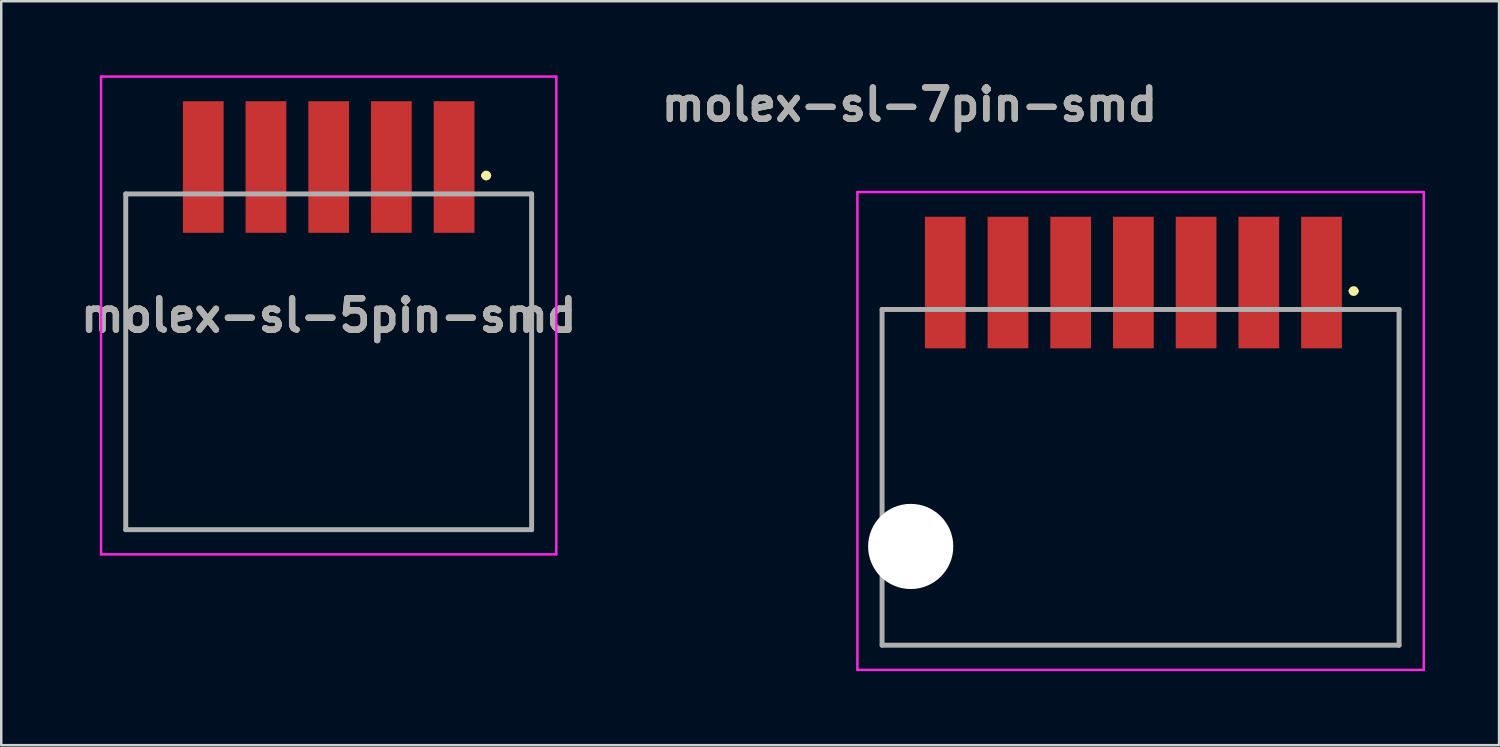
<source format=kicad_pcb>
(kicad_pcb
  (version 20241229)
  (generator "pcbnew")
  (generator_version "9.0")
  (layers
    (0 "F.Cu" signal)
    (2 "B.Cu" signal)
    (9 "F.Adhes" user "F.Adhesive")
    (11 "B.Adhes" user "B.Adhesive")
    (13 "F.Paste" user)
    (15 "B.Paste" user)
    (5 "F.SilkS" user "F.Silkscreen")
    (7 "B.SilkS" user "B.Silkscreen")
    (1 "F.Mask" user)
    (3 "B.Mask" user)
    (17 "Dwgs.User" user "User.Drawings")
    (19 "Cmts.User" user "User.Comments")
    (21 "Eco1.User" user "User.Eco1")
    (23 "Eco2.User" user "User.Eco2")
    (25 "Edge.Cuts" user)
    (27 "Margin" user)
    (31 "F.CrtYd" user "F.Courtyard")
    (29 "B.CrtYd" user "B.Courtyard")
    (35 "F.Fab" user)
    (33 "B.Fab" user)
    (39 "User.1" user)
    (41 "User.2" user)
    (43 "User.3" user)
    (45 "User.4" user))
  (footprint "molex-sl-7pin-smd"
    (layer "F.Cu")
    (at 45.398 15.739)
    (property "Reference" "molex-sl-7pin-smd" (at -11.61 -14.55 0) (layer "F.SilkS") (effects (font (size 1.27 1.27) (thickness 0.254))))
    (attr through_hole)
    (fp_line (start -12.72 -6.255) (end -12.72 1.845) (stroke (width 0.1) (type solid)) (layer "F.SilkS"))
    (fp_line (start -12.72 -6.255) (end -11.47 -6.255) (stroke (width 0.1) (type solid)) (layer "F.SilkS"))
    (fp_line (start 6.28 -7) (end 6.28 -7) (stroke (width 0.2) (type solid)) (layer "F.SilkS"))
    (fp_line (start 6.48 -7) (end 6.48 -7) (stroke (width 0.2) (type solid)) (layer "F.SilkS"))
    (fp_line (start 6.52 -6.255) (end 8.22 -6.255) (stroke (width 0.1) (type solid)) (layer "F.SilkS"))
    (fp_line (start 8.22 -6.255) (end 8.22 1.345) (stroke (width 0.1) (type solid)) (layer "F.SilkS"))
    (fp_arc (start 6.28 -7) (mid 6.38 -7.1) (end 6.48 -7) (stroke (width 0.2) (type solid)) (layer "F.SilkS"))
    (fp_arc (start 6.48 -7) (mid 6.38 -6.9) (end 6.28 -7) (stroke (width 0.2) (type solid)) (layer "F.SilkS"))
    (fp_line (start -13.29 -10.51) (end 8.2 -10.51) (stroke (width 0.001) (type solid)) (layer "Dwgs.User"))
    (fp_line (start -13.29 7.645) (end -13.29 -10.51) (stroke (width 0.001) (type solid)) (layer "Dwgs.User"))
    (fp_line (start -13.29 7.645) (end 8.2 7.645) (stroke (width 0.001) (type solid)) (layer "Dwgs.User"))
    (fp_line (start -12.71 -9.555) (end 7.62 -9.555) (stroke (width 0.001) (type solid)) (layer "Dwgs.User"))
    (fp_line (start -12.71 -9.555) (end 7.62 -9.555) (stroke (width 0.001) (type solid)) (layer "Dwgs.User"))
    (fp_line (start -12.71 -5.955) (end -12.71 -9.555) (stroke (width 0.001) (type solid)) (layer "Dwgs.User"))
    (fp_line (start -12.71 -5.955) (end -12.71 7.645) (stroke (width 0.001) (type solid)) (layer "Dwgs.User"))
    (fp_line (start -12.71 -5.955) (end 7.62 -5.955) (stroke (width 0.001) (type solid)) (layer "Dwgs.User"))
    (fp_line (start -10.99 -10.01) (end -10.99 -4.68) (stroke (width 0.001) (type solid)) (layer "Dwgs.User"))
    (fp_line (start -10.165 -4.68) (end -10.165 3.345) (stroke (width 0.001) (type solid)) (layer "Dwgs.User"))
    (fp_line (start -10.165 -0.667) (end -12.71 -0.667) (stroke (width 0.001) (type solid)) (layer "Dwgs.User"))
    (fp_line (start -10.165 3.345) (end -11.565 3.345) (stroke (width 0.001) (type solid)) (layer "Dwgs.User"))
    (fp_line (start -9.34 -10.01) (end -10.99 -10.01) (stroke (width 0.001) (type solid)) (layer "Dwgs.User"))
    (fp_line (start -9.34 -10.01) (end -9.34 -4.68) (stroke (width 0.001) (type solid)) (layer "Dwgs.User"))
    (fp_line (start -9.34 -4.68) (end -10.99 -4.68) (stroke (width 0.001) (type solid)) (layer "Dwgs.User"))
    (fp_line (start -8.45 -10.01) (end -8.45 -4.68) (stroke (width 0.001) (type solid)) (layer "Dwgs.User"))
    (fp_line (start -6.8 -10.01) (end -8.45 -10.01) (stroke (width 0.001) (type solid)) (layer "Dwgs.User"))
    (fp_line (start -6.8 -10.01) (end -6.8 -4.68) (stroke (width 0.001) (type solid)) (layer "Dwgs.User"))
    (fp_line (start -6.8 -4.68) (end -8.45 -4.68) (stroke (width 0.001) (type solid)) (layer "Dwgs.User"))
    (fp_line (start -5.91 -10.01) (end -5.91 -4.68) (stroke (width 0.001) (type solid)) (layer "Dwgs.User"))
    (fp_line (start -4.26 -10.01) (end -5.91 -10.01) (stroke (width 0.001) (type solid)) (layer "Dwgs.User"))
    (fp_line (start -4.26 -10.01) (end -4.26 -4.68) (stroke (width 0.001) (type solid)) (layer "Dwgs.User"))
    (fp_line (start -4.26 -4.68) (end -5.91 -4.68) (stroke (width 0.001) (type solid)) (layer "Dwgs.User"))
    (fp_line (start -3.37 -10.01) (end -3.37 -4.68) (stroke (width 0.001) (type solid)) (layer "Dwgs.User"))
    (fp_line (start -1.72 -10.01) (end -3.37 -10.01) (stroke (width 0.001) (type solid)) (layer "Dwgs.User"))
    (fp_line (start -1.72 -10.01) (end -1.72 -4.68) (stroke (width 0.001) (type solid)) (layer "Dwgs.User"))
    (fp_line (start -1.72 -4.68) (end -3.37 -4.68) (stroke (width 0.001) (type solid)) (layer "Dwgs.User"))
    (fp_line (start -0.83 -10.01) (end -0.83 -4.68) (stroke (width 0.001) (type solid)) (layer "Dwgs.User"))
    (fp_line (start 0.82 -10.01) (end -0.83 -10.01) (stroke (width 0.001) (type solid)) (layer "Dwgs.User"))
    (fp_line (start 0.82 -10.01) (end 0.82 -4.68) (stroke (width 0.001) (type solid)) (layer "Dwgs.User"))
    (fp_line (start 0.82 -4.68) (end -0.83 -4.68) (stroke (width 0.001) (type solid)) (layer "Dwgs.User"))
    (fp_line (start 1.71 -10.01) (end 1.71 -4.68) (stroke (width 0.001) (type solid)) (layer "Dwgs.User"))
    (fp_line (start 3.36 -10.01) (end 1.71 -10.01) (stroke (width 0.001) (type solid)) (layer "Dwgs.User"))
    (fp_line (start 3.36 -10.01) (end 3.36 -4.68) (stroke (width 0.001) (type solid)) (layer "Dwgs.User"))
    (fp_line (start 3.36 -4.68) (end 1.71 -4.68) (stroke (width 0.001) (type solid)) (layer "Dwgs.User"))
    (fp_line (start 4.25 -10.01) (end 4.25 -4.68) (stroke (width 0.001) (type solid)) (layer "Dwgs.User"))
    (fp_line (start 5.075 -4.68) (end 5.075 3.345) (stroke (width 0.001) (type solid)) (layer "Dwgs.User"))
    (fp_line (start 5.075 -0.667) (end 7.62 -0.667) (stroke (width 0.001) (type solid)) (layer "Dwgs.User"))
    (fp_line (start 5.075 3.345) (end 6.475 3.345) (stroke (width 0.001) (type solid)) (layer "Dwgs.User"))
    (fp_line (start 5.9 -10.01) (end 4.25 -10.01) (stroke (width 0.001) (type solid)) (layer "Dwgs.User"))
    (fp_line (start 5.9 -10.01) (end 5.9 -4.68) (stroke (width 0.001) (type solid)) (layer "Dwgs.User"))
    (fp_line (start 5.9 -7.345) (end 4.25 -7.345) (stroke (width 0.001) (type solid)) (layer "Dwgs.User"))
    (fp_line (start 5.9 -4.68) (end 4.25 -4.68) (stroke (width 0.001) (type solid)) (layer "Dwgs.User"))
    (fp_line (start 7.62 -5.955) (end -12.71 -5.955) (stroke (width 0.001) (type solid)) (layer "Dwgs.User"))
    (fp_line (start 7.62 -5.955) (end 7.62 -9.555) (stroke (width 0.001) (type solid)) (layer "Dwgs.User"))
    (fp_line (start 7.62 -5.955) (end 7.62 7.645) (stroke (width 0.001) (type solid)) (layer "Dwgs.User"))
    (fp_line (start 7.62 7.645) (end -12.71 7.645) (stroke (width 0.001) (type solid)) (layer "Dwgs.User"))
    (fp_line (start 8.2 7.645) (end 8.2 -10.51) (stroke (width 0.001) (type solid)) (layer "Dwgs.User"))
    (fp_circle (center -11.565 3.345) (end -9.84 3.345) (stroke (width 0.001) (type solid)) (fill no) (layer "Dwgs.User"))
    (fp_circle (center 6.475 3.345) (end 8.2 3.345) (stroke (width 0.001) (type solid)) (fill no) (layer "Dwgs.User"))
    (fp_line (start -13.72 -11.01) (end 9.22 -11.01) (stroke (width 0.1) (type solid)) (layer "F.CrtYd"))
    (fp_line (start -13.72 8.345) (end -13.72 -11.01) (stroke (width 0.1) (type solid)) (layer "F.CrtYd"))
    (fp_line (start 9.22 -11.01) (end 9.22 8.345) (stroke (width 0.1) (type solid)) (layer "F.CrtYd"))
    (fp_line (start 9.22 8.345) (end -13.72 8.345) (stroke (width 0.1) (type solid)) (layer "F.CrtYd"))
    (fp_line (start -12.72 -6.255) (end 8.22 -6.255) (stroke (width 0.2) (type solid)) (layer "F.Fab"))
    (fp_line (start -12.72 7.345) (end -12.72 -6.255) (stroke (width 0.2) (type solid)) (layer "F.Fab"))
    (fp_line (start 8.22 -6.255) (end 8.22 7.345) (stroke (width 0.2) (type solid)) (layer "F.Fab"))
    (fp_line (start 8.22 7.345) (end -12.72 7.345) (stroke (width 0.2) (type solid)) (layer "F.Fab"))
    (fp_text user "${REFERENCE}" (at -11.61 -14.55 0) (layer "F.Fab") (effects (font (size 1.27 1.27) (thickness 0.254))))
    (pad "" np_thru_hole circle (at -11.56 3.345) (size 3.45 3.45) (drill 3.45) (layers "*.Cu" "*.Mask"))
    (pad "" np_thru_hole circle (at 6.48 3.345) (size 0.001 0.001) (drill 3.45) (layers "*.Cu" "*.Mask"))
    (pad "1" smd rect (at 5.08 -7.345) (size 1.65 5.33) (layers "F.Cu" "F.Mask" "F.Paste"))
    (pad "2" smd rect (at 2.54 -7.345) (size 1.65 5.33) (layers "F.Cu" "F.Mask" "F.Paste"))
    (pad "3" smd rect (at 0 -7.345) (size 1.65 5.33) (layers "F.Cu" "F.Mask" "F.Paste"))
    (pad "4" smd rect (at -2.54 -7.345) (size 1.65 5.33) (layers "F.Cu" "F.Mask" "F.Paste"))
    (pad "5" smd rect (at -5.08 -7.345) (size 1.65 5.33) (layers "F.Cu" "F.Mask" "F.Paste"))
    (pad "6" smd rect (at -7.62 -7.345) (size 1.65 5.33) (layers "F.Cu" "F.Mask" "F.Paste"))
    (pad "7" smd rect (at -10.16 -7.345) (size 1.65 5.33) (layers "F.Cu" "F.Mask" "F.Paste")))
  (footprint "molex-sl-5pin-smd"
    (layer "F.Cu")
    (at 10.263 11.06)
    (property "Reference" "molex-sl-5pin-smd" (at 0 -1.332 0) (layer "F.SilkS") (effects (font (size 1.27 1.27) (thickness 0.254))))
    (attr through_hole)
    (fp_line (start -8.22 -6.255) (end -8.22 1.845) (stroke (width 0.1) (type solid)) (layer "F.SilkS"))
    (fp_line (start -6.48 -6.255) (end -8.22 -6.255) (stroke (width 0.1) (type solid)) (layer "F.SilkS"))
    (fp_line (start 6.28 -7) (end 6.28 -7) (stroke (width 0.2) (type solid)) (layer "F.SilkS"))
    (fp_line (start 6.48 -7) (end 6.48 -7) (stroke (width 0.2) (type solid)) (layer "F.SilkS"))
    (fp_line (start 6.52 -6.255) (end 8.22 -6.255) (stroke (width 0.1) (type solid)) (layer "F.SilkS"))
    (fp_line (start 8.22 -6.255) (end 8.22 1.345) (stroke (width 0.1) (type solid)) (layer "F.SilkS"))
    (fp_arc (start 6.28 -7) (mid 6.38 -7.1) (end 6.48 -7) (stroke (width 0.2) (type solid)) (layer "F.SilkS"))
    (fp_arc (start 6.48 -7) (mid 6.38 -6.9) (end 6.28 -7) (stroke (width 0.2) (type solid)) (layer "F.SilkS"))
    (fp_line (start -9.22 -11.01) (end 9.22 -11.01) (stroke (width 0.1) (type solid)) (layer "F.CrtYd"))
    (fp_line (start -9.22 8.345) (end -9.22 -11.01) (stroke (width 0.1) (type solid)) (layer "F.CrtYd"))
    (fp_line (start 9.22 -11.01) (end 9.22 8.345) (stroke (width 0.1) (type solid)) (layer "F.CrtYd"))
    (fp_line (start 9.22 8.345) (end -9.22 8.345) (stroke (width 0.1) (type solid)) (layer "F.CrtYd"))
    (fp_line (start -8.22 -6.255) (end 8.22 -6.255) (stroke (width 0.2) (type solid)) (layer "F.Fab"))
    (fp_line (start -8.22 7.345) (end -8.22 -6.255) (stroke (width 0.2) (type solid)) (layer "F.Fab"))
    (fp_line (start 8.22 -6.255) (end 8.22 7.345) (stroke (width 0.2) (type solid)) (layer "F.Fab"))
    (fp_line (start 8.22 7.345) (end -8.22 7.345) (stroke (width 0.2) (type solid)) (layer "F.Fab"))
    (fp_text user "${REFERENCE}" (at 0 -1.332 0) (layer "F.Fab") (effects (font (size 1.27 1.27) (thickness 0.254))))
    (pad "" np_thru_hole circle (at -6.48 3.345) (size 0.001 0.001) (drill 3.45) (layers "*.Cu" "*.Mask"))
    (pad "" np_thru_hole circle (at 6.48 3.345) (size 0.001 0.001) (drill 3.45) (layers "*.Cu" "*.Mask"))
    (pad "1" smd rect (at 5.08 -7.345) (size 1.65 5.33) (layers "F.Cu" "F.Mask" "F.Paste"))
    (pad "2" smd rect (at 2.54 -7.345) (size 1.65 5.33) (layers "F.Cu" "F.Mask" "F.Paste"))
    (pad "3" smd rect (at 0 -7.345) (size 1.65 5.33) (layers "F.Cu" "F.Mask" "F.Paste"))
    (pad "4" smd rect (at -2.54 -7.345) (size 1.65 5.33) (layers "F.Cu" "F.Mask" "F.Paste"))
    (pad "5" smd rect (at -5.08 -7.345) (size 1.65 5.33) (layers "F.Cu" "F.Mask" "F.Paste")))
  (gr_rect
    (start -3 -3)
    (end 57.668 27.134)
    (stroke (width 0.1) (type default))
    (fill no)
    (layer "Edge.Cuts")))
</source>
